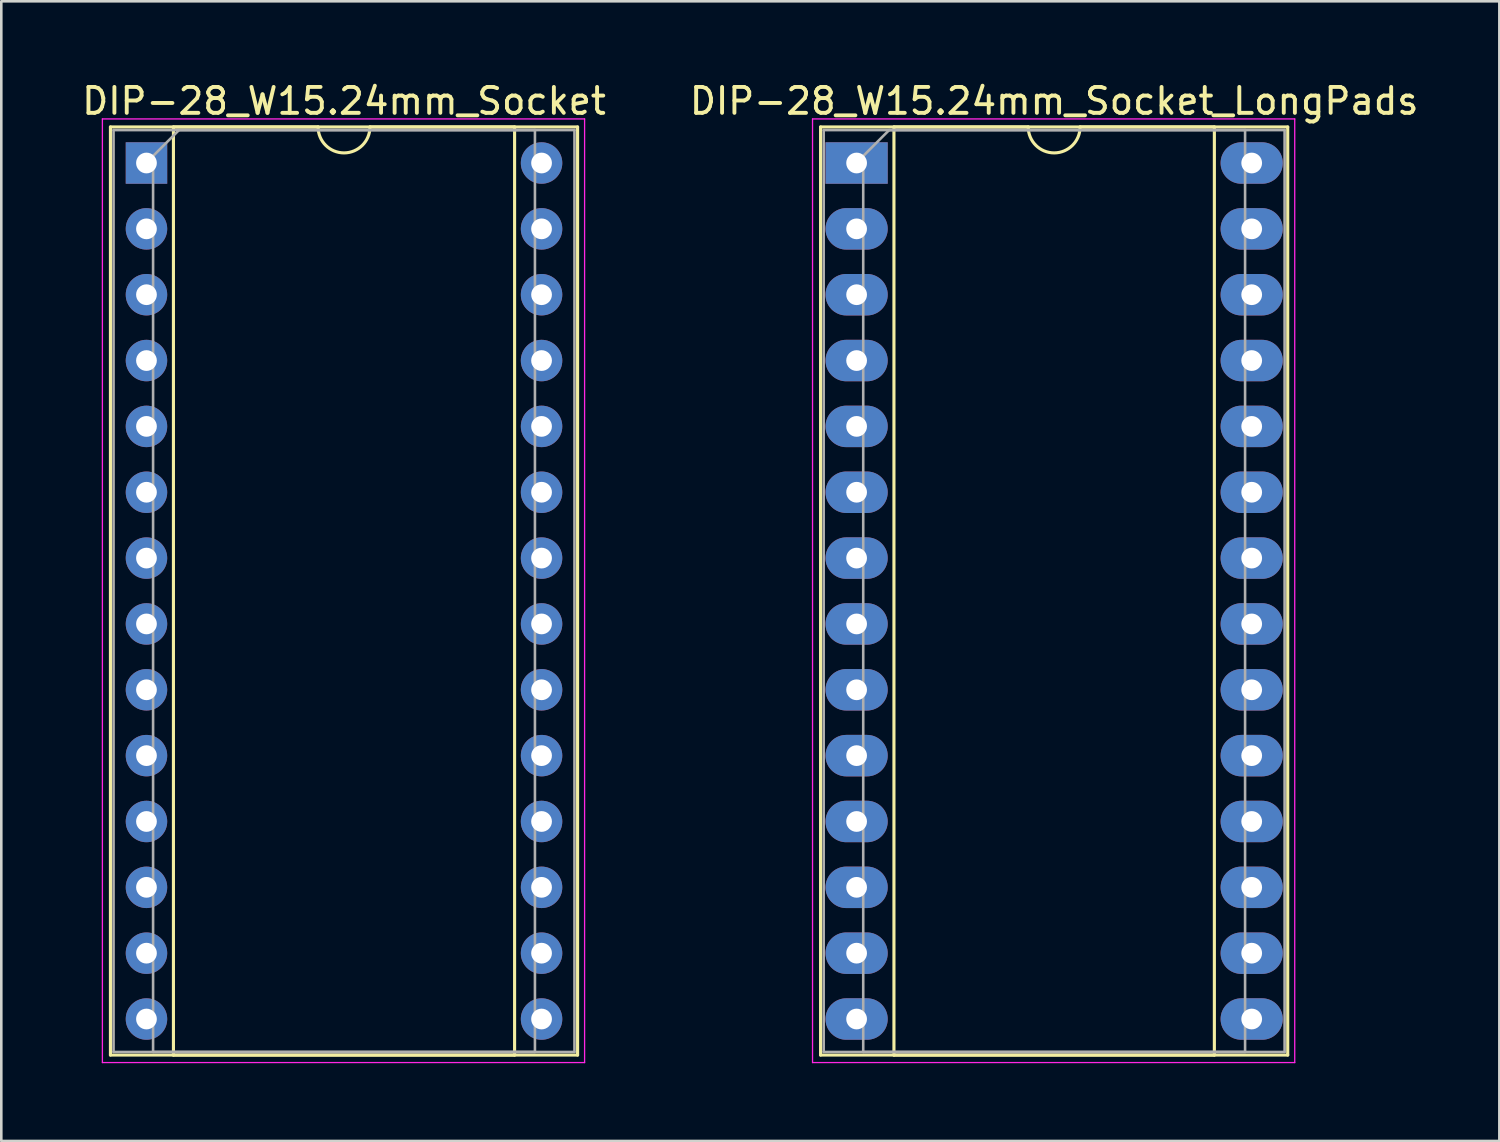
<source format=kicad_pcb>
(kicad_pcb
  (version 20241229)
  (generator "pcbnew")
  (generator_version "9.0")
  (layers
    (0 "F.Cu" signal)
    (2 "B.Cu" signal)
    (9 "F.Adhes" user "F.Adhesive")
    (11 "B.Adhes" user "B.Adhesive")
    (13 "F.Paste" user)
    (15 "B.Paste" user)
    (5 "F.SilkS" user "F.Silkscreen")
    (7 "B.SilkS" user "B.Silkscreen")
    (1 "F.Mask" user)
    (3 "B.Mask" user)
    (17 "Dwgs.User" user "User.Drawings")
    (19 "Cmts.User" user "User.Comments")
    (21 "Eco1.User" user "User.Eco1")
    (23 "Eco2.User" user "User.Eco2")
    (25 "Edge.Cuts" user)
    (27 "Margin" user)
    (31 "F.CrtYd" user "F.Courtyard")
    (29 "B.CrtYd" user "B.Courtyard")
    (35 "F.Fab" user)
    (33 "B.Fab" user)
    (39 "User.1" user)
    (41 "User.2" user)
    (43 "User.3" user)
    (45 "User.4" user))
  (footprint "DIP-28_W15.24mm_Socket_LongPads"
    (layer "F.Cu")
    (at 29.993 3.238)
    (property "Reference" "DIP-28_W15.24mm_Socket_LongPads" (at 7.62 -2.39 0) (layer "F.SilkS") (effects (font (size 1 1) (thickness 0.15))))
    (attr through_hole)
    (fp_line (start -1.39 -1.39) (end -1.39 34.41) (stroke (width 0.12) (type solid)) (layer "F.SilkS"))
    (fp_line (start -1.39 34.41) (end 16.63 34.41) (stroke (width 0.12) (type solid)) (layer "F.SilkS"))
    (fp_line (start 1.44 -1.39) (end 1.44 34.41) (stroke (width 0.12) (type solid)) (layer "F.SilkS"))
    (fp_line (start 1.44 34.41) (end 13.8 34.41) (stroke (width 0.12) (type solid)) (layer "F.SilkS"))
    (fp_line (start 6.62 -1.39) (end 1.44 -1.39) (stroke (width 0.12) (type solid)) (layer "F.SilkS"))
    (fp_line (start 13.8 -1.39) (end 8.62 -1.39) (stroke (width 0.12) (type solid)) (layer "F.SilkS"))
    (fp_line (start 13.8 34.41) (end 13.8 -1.39) (stroke (width 0.12) (type solid)) (layer "F.SilkS"))
    (fp_line (start 16.63 -1.39) (end -1.39 -1.39) (stroke (width 0.12) (type solid)) (layer "F.SilkS"))
    (fp_line (start 16.63 34.41) (end 16.63 -1.39) (stroke (width 0.12) (type solid)) (layer "F.SilkS"))
    (fp_arc (start 8.62 -1.39) (mid 7.62 -0.39) (end 6.62 -1.39) (stroke (width 0.12) (type solid)) (layer "F.SilkS"))
    (fp_line (start -1.7 -1.7) (end -1.7 34.7) (stroke (width 0.05) (type solid)) (layer "F.CrtYd"))
    (fp_line (start -1.7 34.7) (end 16.9 34.7) (stroke (width 0.05) (type solid)) (layer "F.CrtYd"))
    (fp_line (start 16.9 -1.7) (end -1.7 -1.7) (stroke (width 0.05) (type solid)) (layer "F.CrtYd"))
    (fp_line (start 16.9 34.7) (end 16.9 -1.7) (stroke (width 0.05) (type solid)) (layer "F.CrtYd"))
    (fp_line (start -1.27 -1.27) (end -1.27 34.29) (stroke (width 0.1) (type solid)) (layer "F.Fab"))
    (fp_line (start -1.27 34.29) (end 16.51 34.29) (stroke (width 0.1) (type solid)) (layer "F.Fab"))
    (fp_line (start 0.255 -0.27) (end 1.255 -1.27) (stroke (width 0.1) (type solid)) (layer "F.Fab"))
    (fp_line (start 0.255 34.29) (end 0.255 -0.27) (stroke (width 0.1) (type solid)) (layer "F.Fab"))
    (fp_line (start 1.255 -1.27) (end 14.985 -1.27) (stroke (width 0.1) (type solid)) (layer "F.Fab"))
    (fp_line (start 14.985 -1.27) (end 14.985 34.29) (stroke (width 0.1) (type solid)) (layer "F.Fab"))
    (fp_line (start 14.985 34.29) (end 0.255 34.29) (stroke (width 0.1) (type solid)) (layer "F.Fab"))
    (fp_line (start 16.51 -1.27) (end -1.27 -1.27) (stroke (width 0.1) (type solid)) (layer "F.Fab"))
    (fp_line (start 16.51 34.29) (end 16.51 -1.27) (stroke (width 0.1) (type solid)) (layer "F.Fab"))
    (pad "1" thru_hole rect (at 0 0) (size 2.4 1.6) (drill 0.8) (layers "*.Cu" "*.Mask"))
    (pad "2" thru_hole oval (at 0 2.54) (size 2.4 1.6) (drill 0.8) (layers "*.Cu" "*.Mask"))
    (pad "3" thru_hole oval (at 0 5.08) (size 2.4 1.6) (drill 0.8) (layers "*.Cu" "*.Mask"))
    (pad "4" thru_hole oval (at 0 7.62) (size 2.4 1.6) (drill 0.8) (layers "*.Cu" "*.Mask"))
    (pad "5" thru_hole oval (at 0 10.16) (size 2.4 1.6) (drill 0.8) (layers "*.Cu" "*.Mask"))
    (pad "6" thru_hole oval (at 0 12.7) (size 2.4 1.6) (drill 0.8) (layers "*.Cu" "*.Mask"))
    (pad "7" thru_hole oval (at 0 15.24) (size 2.4 1.6) (drill 0.8) (layers "*.Cu" "*.Mask"))
    (pad "8" thru_hole oval (at 0 17.78) (size 2.4 1.6) (drill 0.8) (layers "*.Cu" "*.Mask"))
    (pad "9" thru_hole oval (at 0 20.32) (size 2.4 1.6) (drill 0.8) (layers "*.Cu" "*.Mask"))
    (pad "10" thru_hole oval (at 0 22.86) (size 2.4 1.6) (drill 0.8) (layers "*.Cu" "*.Mask"))
    (pad "11" thru_hole oval (at 0 25.4) (size 2.4 1.6) (drill 0.8) (layers "*.Cu" "*.Mask"))
    (pad "12" thru_hole oval (at 0 27.94) (size 2.4 1.6) (drill 0.8) (layers "*.Cu" "*.Mask"))
    (pad "13" thru_hole oval (at 0 30.48) (size 2.4 1.6) (drill 0.8) (layers "*.Cu" "*.Mask"))
    (pad "14" thru_hole oval (at 0 33.02) (size 2.4 1.6) (drill 0.8) (layers "*.Cu" "*.Mask"))
    (pad "15" thru_hole oval (at 15.24 33.02) (size 2.4 1.6) (drill 0.8) (layers "*.Cu" "*.Mask"))
    (pad "16" thru_hole oval (at 15.24 30.48) (size 2.4 1.6) (drill 0.8) (layers "*.Cu" "*.Mask"))
    (pad "17" thru_hole oval (at 15.24 27.94) (size 2.4 1.6) (drill 0.8) (layers "*.Cu" "*.Mask"))
    (pad "18" thru_hole oval (at 15.24 25.4) (size 2.4 1.6) (drill 0.8) (layers "*.Cu" "*.Mask"))
    (pad "19" thru_hole oval (at 15.24 22.86) (size 2.4 1.6) (drill 0.8) (layers "*.Cu" "*.Mask"))
    (pad "20" thru_hole oval (at 15.24 20.32) (size 2.4 1.6) (drill 0.8) (layers "*.Cu" "*.Mask"))
    (pad "21" thru_hole oval (at 15.24 17.78) (size 2.4 1.6) (drill 0.8) (layers "*.Cu" "*.Mask"))
    (pad "22" thru_hole oval (at 15.24 15.24) (size 2.4 1.6) (drill 0.8) (layers "*.Cu" "*.Mask"))
    (pad "23" thru_hole oval (at 15.24 12.7) (size 2.4 1.6) (drill 0.8) (layers "*.Cu" "*.Mask"))
    (pad "24" thru_hole oval (at 15.24 10.16) (size 2.4 1.6) (drill 0.8) (layers "*.Cu" "*.Mask"))
    (pad "25" thru_hole oval (at 15.24 7.62) (size 2.4 1.6) (drill 0.8) (layers "*.Cu" "*.Mask"))
    (pad "26" thru_hole oval (at 15.24 5.08) (size 2.4 1.6) (drill 0.8) (layers "*.Cu" "*.Mask"))
    (pad "27" thru_hole oval (at 15.24 2.54) (size 2.4 1.6) (drill 0.8) (layers "*.Cu" "*.Mask"))
    (pad "28" thru_hole oval (at 15.24 0) (size 2.4 1.6) (drill 0.8) (layers "*.Cu" "*.Mask")))
  (footprint "DIP-28_W15.24mm_Socket"
    (layer "F.Cu")
    (at 2.6 3.238)
    (property "Reference" "DIP-28_W15.24mm_Socket" (at 7.62 -2.39 0) (layer "F.SilkS") (effects (font (size 1 1) (thickness 0.15))))
    (attr through_hole)
    (fp_line (start -1.39 -1.39) (end -1.39 34.41) (stroke (width 0.12) (type solid)) (layer "F.SilkS"))
    (fp_line (start -1.39 34.41) (end 16.63 34.41) (stroke (width 0.12) (type solid)) (layer "F.SilkS"))
    (fp_line (start 1.04 -1.39) (end 1.04 34.41) (stroke (width 0.12) (type solid)) (layer "F.SilkS"))
    (fp_line (start 1.04 34.41) (end 14.2 34.41) (stroke (width 0.12) (type solid)) (layer "F.SilkS"))
    (fp_line (start 6.62 -1.39) (end 1.04 -1.39) (stroke (width 0.12) (type solid)) (layer "F.SilkS"))
    (fp_line (start 14.2 -1.39) (end 8.62 -1.39) (stroke (width 0.12) (type solid)) (layer "F.SilkS"))
    (fp_line (start 14.2 34.41) (end 14.2 -1.39) (stroke (width 0.12) (type solid)) (layer "F.SilkS"))
    (fp_line (start 16.63 -1.39) (end -1.39 -1.39) (stroke (width 0.12) (type solid)) (layer "F.SilkS"))
    (fp_line (start 16.63 34.41) (end 16.63 -1.39) (stroke (width 0.12) (type solid)) (layer "F.SilkS"))
    (fp_arc (start 8.62 -1.39) (mid 7.62 -0.39) (end 6.62 -1.39) (stroke (width 0.12) (type solid)) (layer "F.SilkS"))
    (fp_line (start -1.7 -1.7) (end -1.7 34.7) (stroke (width 0.05) (type solid)) (layer "F.CrtYd"))
    (fp_line (start -1.7 34.7) (end 16.9 34.7) (stroke (width 0.05) (type solid)) (layer "F.CrtYd"))
    (fp_line (start 16.9 -1.7) (end -1.7 -1.7) (stroke (width 0.05) (type solid)) (layer "F.CrtYd"))
    (fp_line (start 16.9 34.7) (end 16.9 -1.7) (stroke (width 0.05) (type solid)) (layer "F.CrtYd"))
    (fp_line (start -1.27 -1.27) (end -1.27 34.29) (stroke (width 0.1) (type solid)) (layer "F.Fab"))
    (fp_line (start -1.27 34.29) (end 16.51 34.29) (stroke (width 0.1) (type solid)) (layer "F.Fab"))
    (fp_line (start 0.255 -0.27) (end 1.255 -1.27) (stroke (width 0.1) (type solid)) (layer "F.Fab"))
    (fp_line (start 0.255 34.29) (end 0.255 -0.27) (stroke (width 0.1) (type solid)) (layer "F.Fab"))
    (fp_line (start 1.255 -1.27) (end 14.985 -1.27) (stroke (width 0.1) (type solid)) (layer "F.Fab"))
    (fp_line (start 14.985 -1.27) (end 14.985 34.29) (stroke (width 0.1) (type solid)) (layer "F.Fab"))
    (fp_line (start 14.985 34.29) (end 0.255 34.29) (stroke (width 0.1) (type solid)) (layer "F.Fab"))
    (fp_line (start 16.51 -1.27) (end -1.27 -1.27) (stroke (width 0.1) (type solid)) (layer "F.Fab"))
    (fp_line (start 16.51 34.29) (end 16.51 -1.27) (stroke (width 0.1) (type solid)) (layer "F.Fab"))
    (pad "1" thru_hole rect (at 0 0) (size 1.6 1.6) (drill 0.8) (layers "*.Cu" "*.Mask"))
    (pad "2" thru_hole oval (at 0 2.54) (size 1.6 1.6) (drill 0.8) (layers "*.Cu" "*.Mask"))
    (pad "3" thru_hole oval (at 0 5.08) (size 1.6 1.6) (drill 0.8) (layers "*.Cu" "*.Mask"))
    (pad "4" thru_hole oval (at 0 7.62) (size 1.6 1.6) (drill 0.8) (layers "*.Cu" "*.Mask"))
    (pad "5" thru_hole oval (at 0 10.16) (size 1.6 1.6) (drill 0.8) (layers "*.Cu" "*.Mask"))
    (pad "6" thru_hole oval (at 0 12.7) (size 1.6 1.6) (drill 0.8) (layers "*.Cu" "*.Mask"))
    (pad "7" thru_hole oval (at 0 15.24) (size 1.6 1.6) (drill 0.8) (layers "*.Cu" "*.Mask"))
    (pad "8" thru_hole oval (at 0 17.78) (size 1.6 1.6) (drill 0.8) (layers "*.Cu" "*.Mask"))
    (pad "9" thru_hole oval (at 0 20.32) (size 1.6 1.6) (drill 0.8) (layers "*.Cu" "*.Mask"))
    (pad "10" thru_hole oval (at 0 22.86) (size 1.6 1.6) (drill 0.8) (layers "*.Cu" "*.Mask"))
    (pad "11" thru_hole oval (at 0 25.4) (size 1.6 1.6) (drill 0.8) (layers "*.Cu" "*.Mask"))
    (pad "12" thru_hole oval (at 0 27.94) (size 1.6 1.6) (drill 0.8) (layers "*.Cu" "*.Mask"))
    (pad "13" thru_hole oval (at 0 30.48) (size 1.6 1.6) (drill 0.8) (layers "*.Cu" "*.Mask"))
    (pad "14" thru_hole oval (at 0 33.02) (size 1.6 1.6) (drill 0.8) (layers "*.Cu" "*.Mask"))
    (pad "15" thru_hole oval (at 15.24 33.02) (size 1.6 1.6) (drill 0.8) (layers "*.Cu" "*.Mask"))
    (pad "16" thru_hole oval (at 15.24 30.48) (size 1.6 1.6) (drill 0.8) (layers "*.Cu" "*.Mask"))
    (pad "17" thru_hole oval (at 15.24 27.94) (size 1.6 1.6) (drill 0.8) (layers "*.Cu" "*.Mask"))
    (pad "18" thru_hole oval (at 15.24 25.4) (size 1.6 1.6) (drill 0.8) (layers "*.Cu" "*.Mask"))
    (pad "19" thru_hole oval (at 15.24 22.86) (size 1.6 1.6) (drill 0.8) (layers "*.Cu" "*.Mask"))
    (pad "20" thru_hole oval (at 15.24 20.32) (size 1.6 1.6) (drill 0.8) (layers "*.Cu" "*.Mask"))
    (pad "21" thru_hole oval (at 15.24 17.78) (size 1.6 1.6) (drill 0.8) (layers "*.Cu" "*.Mask"))
    (pad "22" thru_hole oval (at 15.24 15.24) (size 1.6 1.6) (drill 0.8) (layers "*.Cu" "*.Mask"))
    (pad "23" thru_hole oval (at 15.24 12.7) (size 1.6 1.6) (drill 0.8) (layers "*.Cu" "*.Mask"))
    (pad "24" thru_hole oval (at 15.24 10.16) (size 1.6 1.6) (drill 0.8) (layers "*.Cu" "*.Mask"))
    (pad "25" thru_hole oval (at 15.24 7.62) (size 1.6 1.6) (drill 0.8) (layers "*.Cu" "*.Mask"))
    (pad "26" thru_hole oval (at 15.24 5.08) (size 1.6 1.6) (drill 0.8) (layers "*.Cu" "*.Mask"))
    (pad "27" thru_hole oval (at 15.24 2.54) (size 1.6 1.6) (drill 0.8) (layers "*.Cu" "*.Mask"))
    (pad "28" thru_hole oval (at 15.24 0) (size 1.6 1.6) (drill 0.8) (layers "*.Cu" "*.Mask")))
  (gr_rect
    (start -3 -3)
    (end 54.786 40.963)
    (stroke (width 0.1) (type default))
    (fill no)
    (layer "Edge.Cuts")))
</source>
